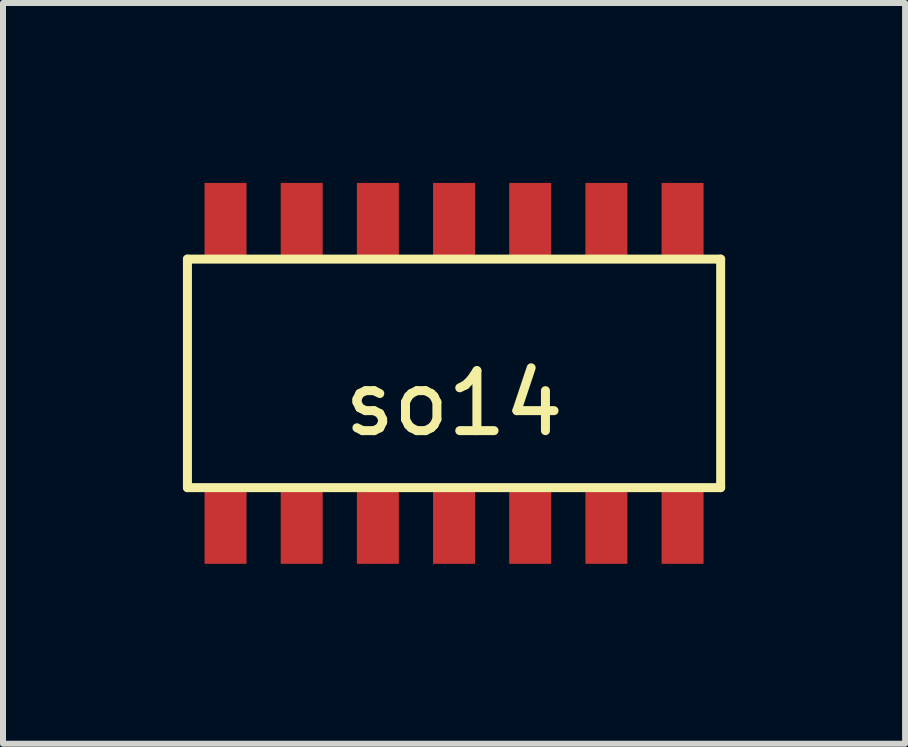
<source format=kicad_pcb>
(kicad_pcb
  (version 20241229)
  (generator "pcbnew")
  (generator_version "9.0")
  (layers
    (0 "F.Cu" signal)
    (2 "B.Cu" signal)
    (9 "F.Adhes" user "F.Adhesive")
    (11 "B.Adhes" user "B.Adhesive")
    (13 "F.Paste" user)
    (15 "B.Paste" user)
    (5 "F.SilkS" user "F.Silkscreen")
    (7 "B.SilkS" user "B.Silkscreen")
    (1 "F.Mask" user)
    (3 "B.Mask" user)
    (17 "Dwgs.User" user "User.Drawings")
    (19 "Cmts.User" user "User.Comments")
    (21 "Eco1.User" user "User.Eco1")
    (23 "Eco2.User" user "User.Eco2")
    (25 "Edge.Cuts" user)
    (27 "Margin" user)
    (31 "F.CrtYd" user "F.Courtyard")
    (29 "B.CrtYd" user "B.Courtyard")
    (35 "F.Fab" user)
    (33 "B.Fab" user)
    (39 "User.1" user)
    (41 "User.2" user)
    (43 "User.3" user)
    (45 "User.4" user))
  (footprint "so14"
    (layer "F.Cu")
    (at 4.52 3.175)
    (property "Reference" "so14" (at 0 0.5 0) (layer "F.SilkS") (effects (font (size 1 1) (thickness 0.15))))
    (attr through_hole)
    (fp_line (start -4.445 -1.905) (end 4.445 -1.905) (stroke (width 0.15) (type solid)) (layer "F.SilkS"))
    (fp_line (start -4.445 1.905) (end -4.445 -1.905) (stroke (width 0.15) (type solid)) (layer "F.SilkS"))
    (fp_line (start 4.445 -1.905) (end 4.445 1.905) (stroke (width 0.15) (type solid)) (layer "F.SilkS"))
    (fp_line (start 4.445 1.905) (end -4.445 1.905) (stroke (width 0.15) (type solid)) (layer "F.SilkS"))
    (pad "1" smd rect (at -3.81 2.54) (size 0.7 1.27) (layers "F.Cu" "F.Mask" "F.Paste"))
    (pad "2" smd rect (at -2.54 2.54) (size 0.7 1.27) (layers "F.Cu" "F.Mask" "F.Paste"))
    (pad "3" smd rect (at -1.27 2.54) (size 0.7 1.27) (layers "F.Cu" "F.Mask" "F.Paste"))
    (pad "4" smd rect (at 0 2.54) (size 0.7 1.27) (layers "F.Cu" "F.Mask" "F.Paste"))
    (pad "5" smd rect (at 1.27 2.54) (size 0.7 1.27) (layers "F.Cu" "F.Mask" "F.Paste"))
    (pad "6" smd rect (at 2.54 2.54) (size 0.7 1.27) (layers "F.Cu" "F.Mask" "F.Paste"))
    (pad "7" smd rect (at 3.81 2.54) (size 0.7 1.27) (layers "F.Cu" "F.Mask" "F.Paste"))
    (pad "8" smd rect (at 3.81 -2.54) (size 0.7 1.27) (layers "F.Cu" "F.Mask" "F.Paste"))
    (pad "9" smd rect (at 2.54 -2.54) (size 0.7 1.27) (layers "F.Cu" "F.Mask" "F.Paste"))
    (pad "10" smd rect (at 1.27 -2.54) (size 0.7 1.27) (layers "F.Cu" "F.Mask" "F.Paste"))
    (pad "11" smd rect (at 0 -2.54) (size 0.7 1.27) (layers "F.Cu" "F.Mask" "F.Paste"))
    (pad "12" smd rect (at -1.27 -2.54) (size 0.7 1.27) (layers "F.Cu" "F.Mask" "F.Paste"))
    (pad "13" smd rect (at -2.54 -2.54) (size 0.7 1.27) (layers "F.Cu" "F.Mask" "F.Paste"))
    (pad "14" smd rect (at -3.81 -2.54) (size 0.7 1.27) (layers "F.Cu" "F.Mask" "F.Paste")))
  (gr_rect
    (start -3 -3)
    (end 12.04 9.35)
    (stroke (width 0.1) (type default))
    (fill no)
    (layer "Edge.Cuts")))
</source>
